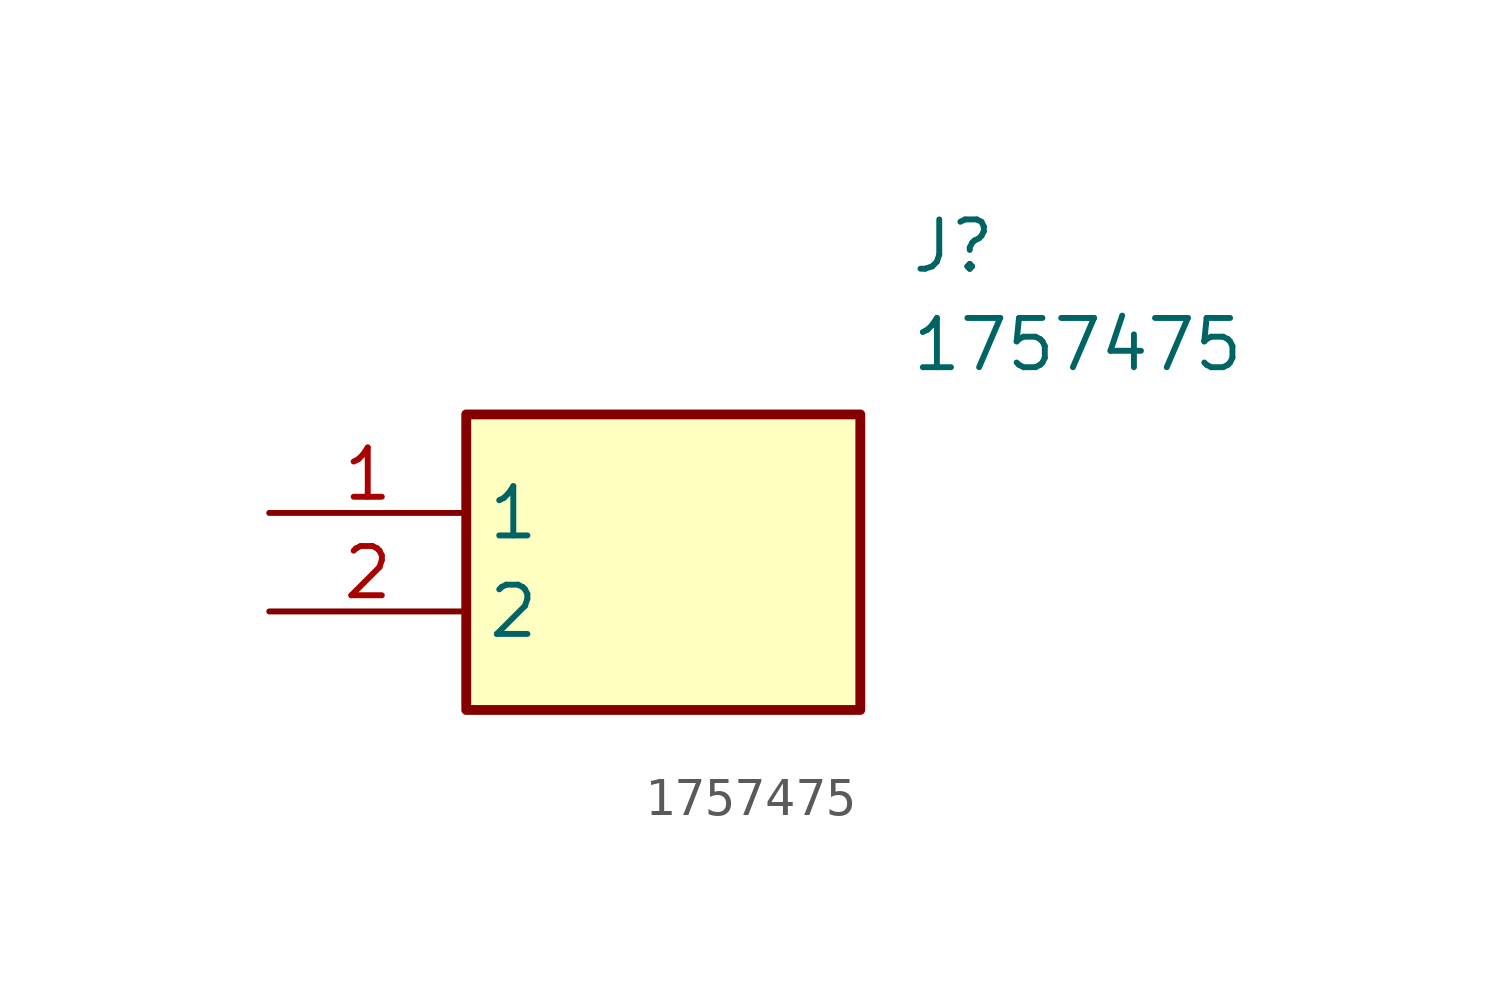
<source format=kicad_sym>
(kicad_symbol_lib
  (version 20211014)
  (generator SamacSys_ECAD_Model)
  (symbol "1757475"
    (property "Reference" "J"
      (at 16.51 7.62 0)
      (effects (font (size 1.27 1.27)) (justify left top)))
    (property "Value" "1757475"
      (at 16.51 5.08 0)
      (effects (font (size 1.27 1.27)) (justify left top)))
    (rectangle
      (start 5.08 2.54)
      (end 15.24 -5.08)
      (stroke (width 0.254) (type default))
      (fill (type background)))
    (pin passive line
      (at 0 0 0)
      (length 5.08)
      (name "1" (effects (font (size 1.27 1.27))))
      (number "1" (effects (font (size 1.27 1.27)))))
    (pin passive line
      (at 0 -2.54 0)
      (length 5.08)
      (name "2" (effects (font (size 1.27 1.27))))
      (number "2" (effects (font (size 1.27 1.27)))))))
</source>
